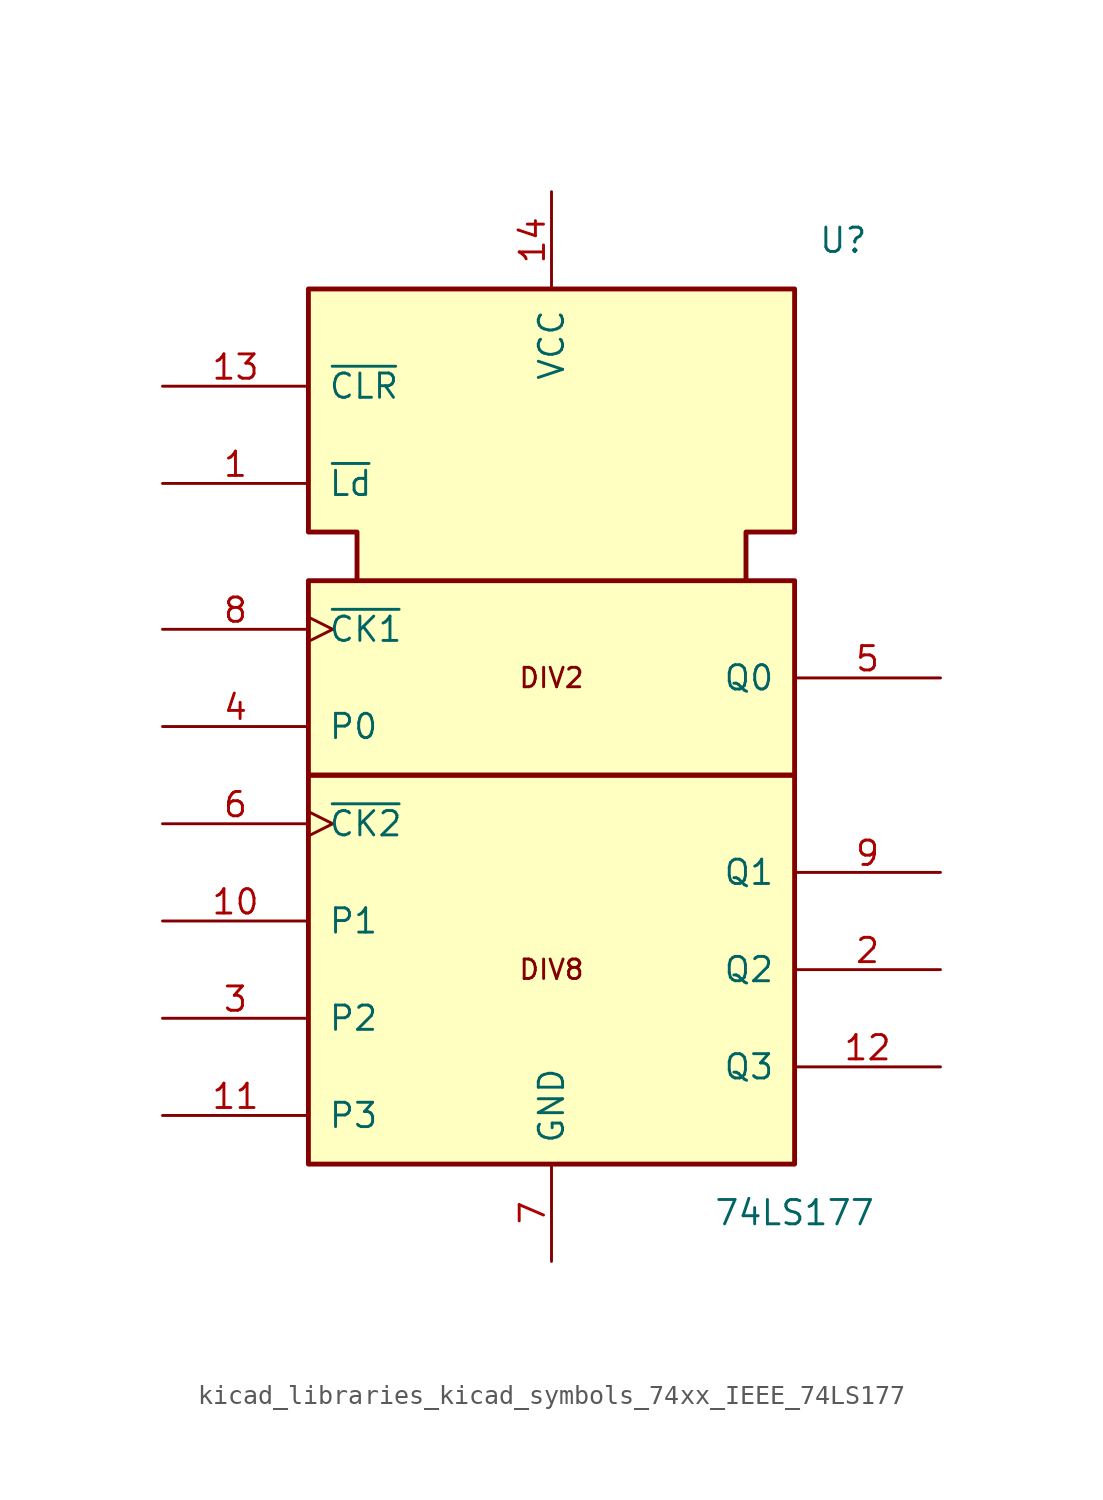
<source format=kicad_sym>
(kicad_symbol_lib
  (version 20220914)
  (generator kicad_symbol_editor)
  (symbol "kicad_libraries_kicad_symbols_74xx_IEEE_74LS177"
    (pin_names
      (offset 1.016))
    (property "Reference" "U"
      (at 15.24 17.78 0)
      (effects (font (size 1.27 1.27))))
    (property "Value" "74LS177"
      (at 12.7 -33.02 0)
      (effects (font (size 1.27 1.27))))
    (symbol "kicad_libraries_kicad_symbols_74xx_IEEE_74LS177_0_0"
      (rectangle (start -12.7 -10.16) (end 12.7 -30.48) (stroke (width 0.254) (type default)) (fill (type background)))
      (rectangle (start -12.7 0) (end 12.7 -10.16) (stroke (width 0.254) (type default)) (fill (type background)))
      (polyline (pts (xy -10.16 0) (xy -10.16 2.54) (xy -12.7 2.54) (xy -12.7 15.24) (xy 12.7 15.24) (xy 12.7 2.54) (xy 10.16 2.54) (xy 10.16 0) (xy 10.16 0)) (stroke (width 0.254) (type default)) (fill (type background)))
      (text "DIV2" (at 0 -5.08 0) (effects (font (size 1.016 1.016))))
      (text "DIV8" (at 0 -20.32 0) (effects (font (size 1.016 1.016))))
      (pin power_in line (at 0 20.32 270) (length 5.08) (name "VCC" (effects (font (size 1.27 1.27)))) (number "14" (effects (font (size 1.27 1.27)))))
      (pin power_in line (at 0 -35.56 90) (length 5.08) (name "GND" (effects (font (size 1.27 1.27)))) (number "7" (effects (font (size 1.27 1.27))))))
    (symbol "kicad_libraries_kicad_symbols_74xx_IEEE_74LS177_1_1"
      (pin input line (at -20.32 5.08 0) (length 7.62) (name "~{Ld}" (effects (font (size 1.27 1.27)))) (number "1" (effects (font (size 1.27 1.27)))))
      (pin input line (at -20.32 -17.78 0) (length 7.62) (name "P1" (effects (font (size 1.27 1.27)))) (number "10" (effects (font (size 1.27 1.27)))))
      (pin input line (at -20.32 -27.94 0) (length 7.62) (name "P3" (effects (font (size 1.27 1.27)))) (number "11" (effects (font (size 1.27 1.27)))))
      (pin output line (at 20.32 -25.4 180) (length 7.62) (name "Q3" (effects (font (size 1.27 1.27)))) (number "12" (effects (font (size 1.27 1.27)))))
      (pin input line (at -20.32 10.16 0) (length 7.62) (name "~{CLR}" (effects (font (size 1.27 1.27)))) (number "13" (effects (font (size 1.27 1.27)))))
      (pin output line (at 20.32 -20.32 180) (length 7.62) (name "Q2" (effects (font (size 1.27 1.27)))) (number "2" (effects (font (size 1.27 1.27)))))
      (pin input line (at -20.32 -22.86 0) (length 7.62) (name "P2" (effects (font (size 1.27 1.27)))) (number "3" (effects (font (size 1.27 1.27)))))
      (pin input line (at -20.32 -7.62 0) (length 7.62) (name "P0" (effects (font (size 1.27 1.27)))) (number "4" (effects (font (size 1.27 1.27)))))
      (pin output line (at 20.32 -5.08 180) (length 7.62) (name "Q0" (effects (font (size 1.27 1.27)))) (number "5" (effects (font (size 1.27 1.27)))))
      (pin input clock (at -20.32 -12.7 0) (length 7.62) (name "~{CK2}" (effects (font (size 1.27 1.27)))) (number "6" (effects (font (size 1.27 1.27)))))
      (pin input clock (at -20.32 -2.54 0) (length 7.62) (name "~{CK1}" (effects (font (size 1.27 1.27)))) (number "8" (effects (font (size 1.27 1.27)))))
      (pin output line (at 20.32 -15.24 180) (length 7.62) (name "Q1" (effects (font (size 1.27 1.27)))) (number "9" (effects (font (size 1.27 1.27))))))))
</source>
